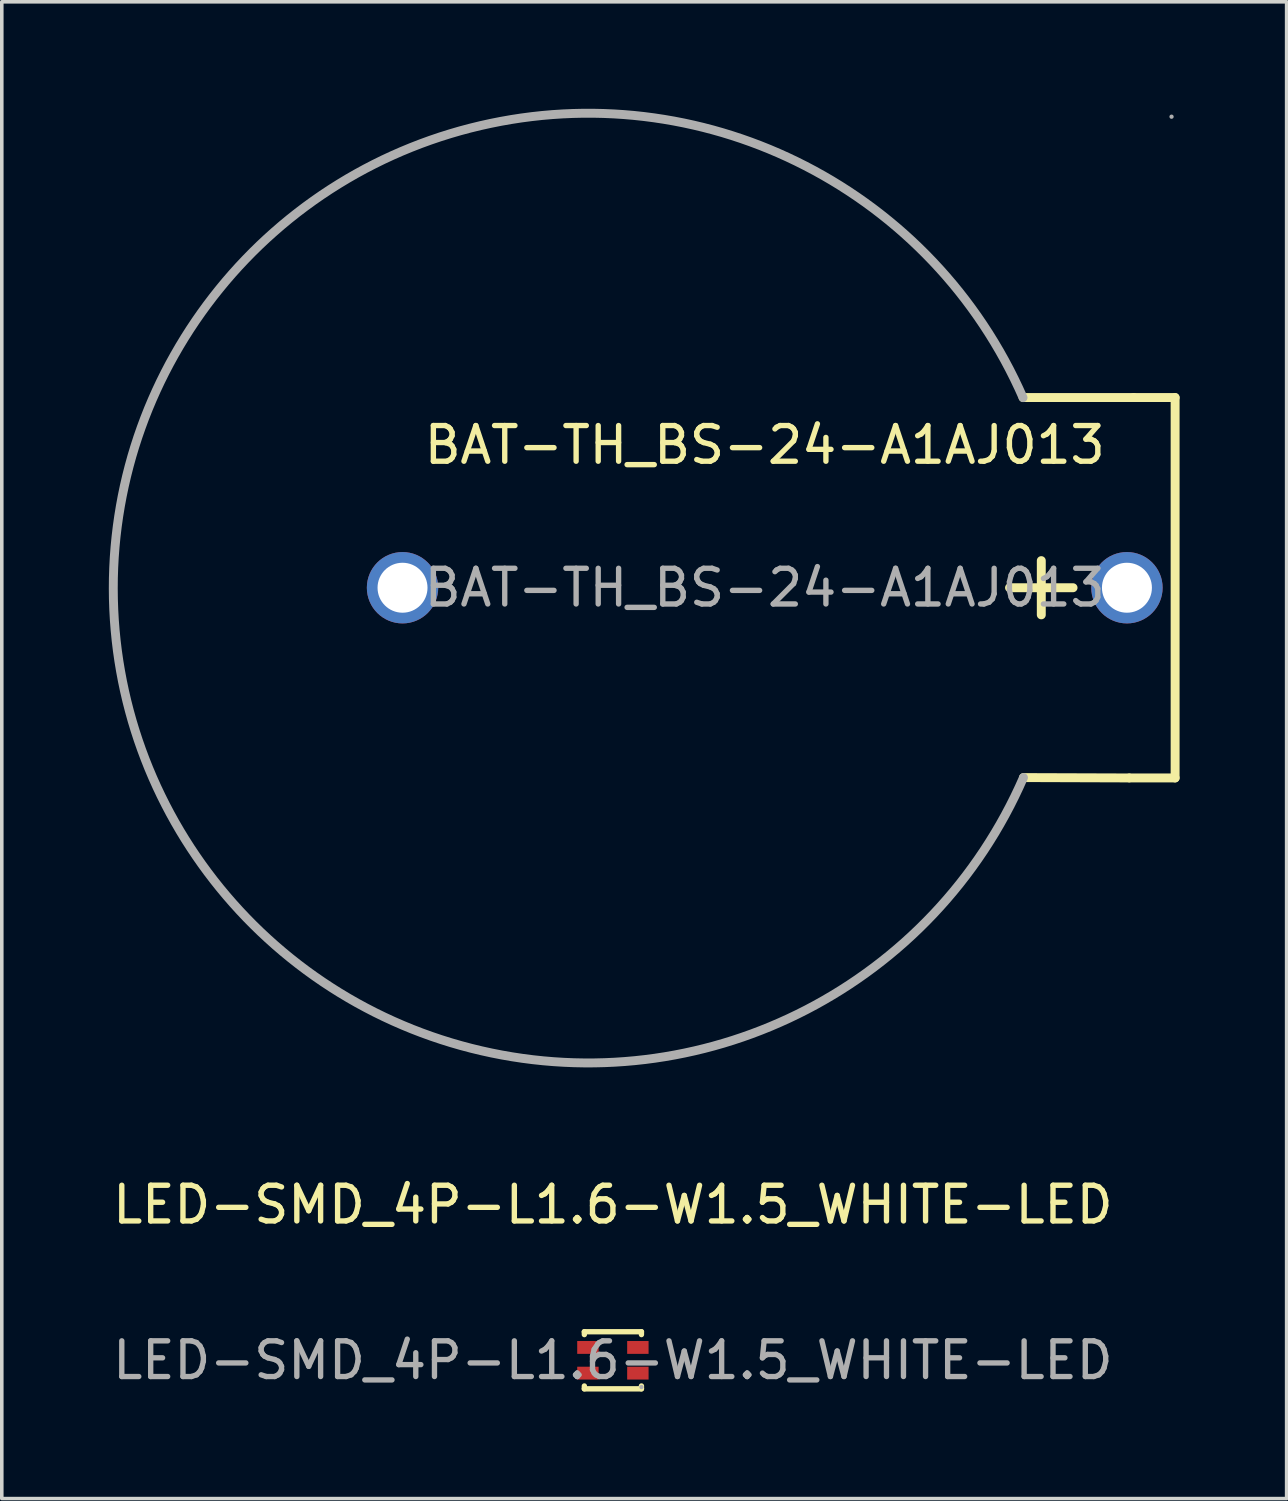
<source format=kicad_pcb>
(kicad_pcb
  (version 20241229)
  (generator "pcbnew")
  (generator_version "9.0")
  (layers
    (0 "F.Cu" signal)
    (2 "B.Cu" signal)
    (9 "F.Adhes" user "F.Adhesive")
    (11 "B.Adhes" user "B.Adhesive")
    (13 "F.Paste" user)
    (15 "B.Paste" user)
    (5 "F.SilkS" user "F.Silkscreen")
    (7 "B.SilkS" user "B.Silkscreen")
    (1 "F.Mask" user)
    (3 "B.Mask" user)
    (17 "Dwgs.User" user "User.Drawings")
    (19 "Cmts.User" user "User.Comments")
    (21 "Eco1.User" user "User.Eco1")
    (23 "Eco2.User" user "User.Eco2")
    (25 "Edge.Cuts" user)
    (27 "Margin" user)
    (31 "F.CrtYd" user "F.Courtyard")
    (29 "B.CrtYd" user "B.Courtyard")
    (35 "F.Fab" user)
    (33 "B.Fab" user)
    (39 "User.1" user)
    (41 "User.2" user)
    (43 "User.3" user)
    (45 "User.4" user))
  (footprint "LED-SMD_4P-L1.6-W1.5_WHITE-LED"
    (layer "F.Cu")
    (at 14.125 35.069)
    (property "Reference" "LED-SMD_4P-L1.6-W1.5_WHITE-LED" (at 0 -4.36 0) (layer "F.SilkS") (effects (font (size 1 1) (thickness 0.15))))
    (attr through_hole)
    (fp_line (start -0.8 -0.8) (end 0.8 -0.8) (stroke (width 0.15) (type solid)) (layer "F.SilkS"))
    (fp_line (start -0.8 -0.72) (end -0.8 -0.8) (stroke (width 0.15) (type solid)) (layer "F.SilkS"))
    (fp_line (start -0.8 0.8) (end -0.8 0.72) (stroke (width 0.15) (type solid)) (layer "F.SilkS"))
    (fp_line (start 0.8 -0.8) (end 0.8 -0.72) (stroke (width 0.15) (type solid)) (layer "F.SilkS"))
    (fp_line (start 0.8 0.72) (end 0.8 0.8) (stroke (width 0.15) (type solid)) (layer "F.SilkS"))
    (fp_line (start 0.8 0.8) (end -0.8 0.8) (stroke (width 0.15) (type solid)) (layer "F.SilkS"))
    (fp_circle (center 0.8 0.75) (end 0.83 0.75) (stroke (width 0.06) (type solid)) (fill no) (layer "F.Fab"))
    (fp_text user "${REFERENCE}" (at 0 0 0) (layer "F.Fab") (effects (font (size 1 1) (thickness 0.15))))
    (pad "1" smd rect (at 0.7 0.36) (size 0.6 0.36) (layers "F.Cu" "F.Mask" "F.Paste"))
    (pad "2" smd rect (at -0.7 0.36) (size 0.6 0.36) (layers "F.Cu" "F.Mask" "F.Paste"))
    (pad "3" smd rect (at -0.7 -0.36) (size 0.6 0.36) (layers "F.Cu" "F.Mask" "F.Paste"))
    (pad "4" smd rect (at 0.7 -0.36) (size 0.6 0.36) (layers "F.Cu" "F.Mask" "F.Paste")))
  (footprint "BAT-TH_BS-24-A1AJ013"
    (layer "F.Cu")
    (at 18.38 13.42)
    (property "Reference" "BAT-TH_BS-24-A1AJ013" (at 0 -4 0) (layer "F.SilkS") (effects (font (size 1 1) (thickness 0.15))))
    (attr through_hole)
    (fp_line (start 6.86 0) (end 8.64 0) (stroke (width 0.25) (type solid)) (layer "F.SilkS"))
    (fp_line (start 7.24 -5.33) (end 10.34 -5.33) (stroke (width 0.25) (type solid)) (layer "F.SilkS"))
    (fp_line (start 7.25 5.32) (end 10.21 5.33) (stroke (width 0.25) (type solid)) (layer "F.SilkS"))
    (fp_line (start 7.75 -0.76) (end 7.75 0.76) (stroke (width 0.25) (type solid)) (layer "F.SilkS"))
    (fp_line (start 10.22 5.33) (end 11.5 5.33) (stroke (width 0.25) (type solid)) (layer "F.SilkS"))
    (fp_line (start 11.5 -5.33) (end 10.34 -5.33) (stroke (width 0.25) (type solid)) (layer "F.SilkS"))
    (fp_line (start 11.5 5.33) (end 11.5 -5.33) (stroke (width 0.25) (type solid)) (layer "F.SilkS"))
    (fp_arc (start 7.25 5.32) (mid -18.255483 0.024889) (end 7.238086 -5.32729) (stroke (width 0.25) (type solid)) (layer "F.Fab"))
    (fp_circle (center 11.4 -13.2) (end 11.43 -13.2) (stroke (width 0.06) (type solid)) (fill no) (layer "F.Fab"))
    (fp_text user "${REFERENCE}" (at 0 0 0) (layer "F.Fab") (effects (font (size 1 1) (thickness 0.15))))
    (pad "1" thru_hole circle (at 10.15 0) (size 2 2) (drill 1.4) (layers "*.Cu" "*.Mask"))
    (pad "2" thru_hole circle (at -10.15 0) (size 2 2) (drill 1.4) (layers "*.Cu" "*.Mask")))
  (gr_rect
    (start -3 -3)
    (end 33.005 38.944)
    (stroke (width 0.1) (type default))
    (fill no)
    (layer "Edge.Cuts")))
</source>
